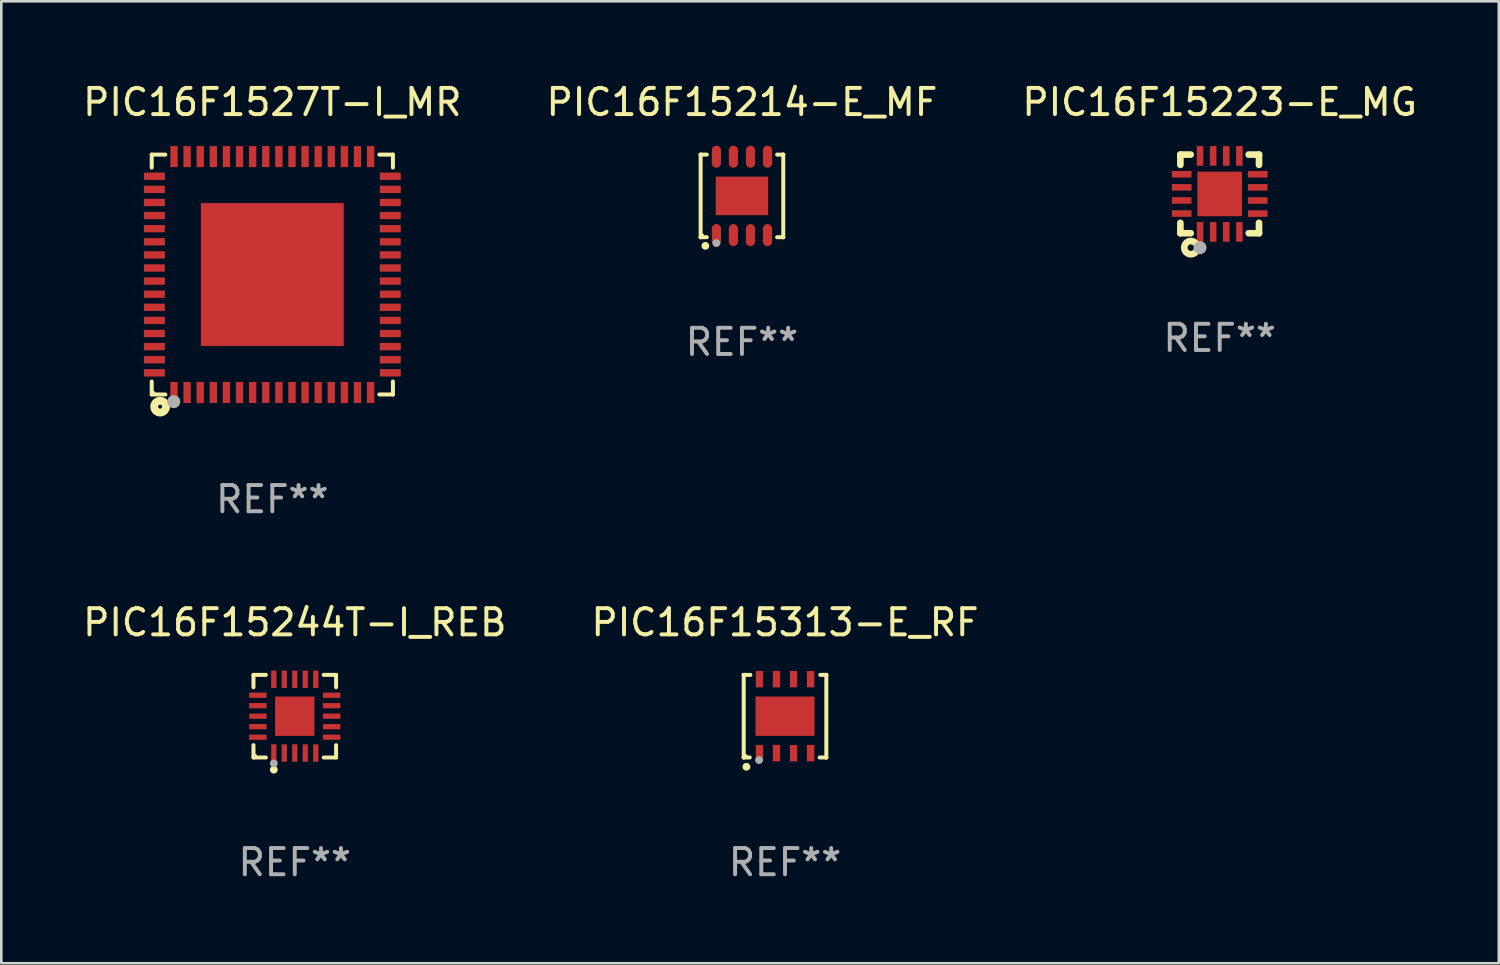
<source format=kicad_pcb>
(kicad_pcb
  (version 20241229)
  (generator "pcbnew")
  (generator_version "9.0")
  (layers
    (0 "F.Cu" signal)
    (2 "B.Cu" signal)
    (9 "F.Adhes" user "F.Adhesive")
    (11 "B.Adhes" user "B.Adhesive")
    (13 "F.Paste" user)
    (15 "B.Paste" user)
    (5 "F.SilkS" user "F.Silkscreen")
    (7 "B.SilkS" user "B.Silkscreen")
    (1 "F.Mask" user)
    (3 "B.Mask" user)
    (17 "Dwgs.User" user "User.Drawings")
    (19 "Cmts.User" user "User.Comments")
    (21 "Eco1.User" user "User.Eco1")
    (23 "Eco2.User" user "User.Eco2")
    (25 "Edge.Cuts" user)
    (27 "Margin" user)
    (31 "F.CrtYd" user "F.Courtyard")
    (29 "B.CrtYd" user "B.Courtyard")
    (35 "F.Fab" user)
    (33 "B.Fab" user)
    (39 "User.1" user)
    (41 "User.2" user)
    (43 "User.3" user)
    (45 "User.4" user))
  (footprint "PIC16F15223-E_MG"
    (layer "F.Cu")
    (at 43.482 4.348)
    (property "Reference" "PIC16F15223-E_MG" (at 0 -3.5 0) (layer "F.SilkS") (effects (font (size 1 1) (thickness 0.15))))
    (attr through_hole)
    (fp_line (start -1.5 -1.5) (end -1.5 -1.108) (stroke (width 0.254) (type solid)) (layer "F.SilkS"))
    (fp_line (start -1.5 -1.5) (end -1.105 -1.5) (stroke (width 0.254) (type solid)) (layer "F.SilkS"))
    (fp_line (start -1.5 1.104) (end -1.5 1.5) (stroke (width 0.254) (type solid)) (layer "F.SilkS"))
    (fp_line (start -1.5 1.5) (end -1.105 1.5) (stroke (width 0.254) (type solid)) (layer "F.SilkS"))
    (fp_line (start 1.106 -1.5) (end 1.5 -1.5) (stroke (width 0.254) (type solid)) (layer "F.SilkS"))
    (fp_line (start 1.108 1.5) (end 1.5 1.5) (stroke (width 0.254) (type solid)) (layer "F.SilkS"))
    (fp_line (start 1.5 -1.108) (end 1.5 -1.5) (stroke (width 0.254) (type solid)) (layer "F.SilkS"))
    (fp_line (start 1.5 1.5) (end 1.5 1.104) (stroke (width 0.254) (type solid)) (layer "F.SilkS"))
    (fp_circle (center -1.5 1.5) (end -1.47 1.5) (stroke (width 0.06) (type solid)) (fill no) (layer "F.SilkS"))
    (fp_circle (center -1.1 2.05) (end -0.975 2.05) (stroke (width 0.254) (type solid)) (fill no) (layer "F.SilkS"))
    (fp_circle (center -0.75 2.05) (end -0.625 2.05) (stroke (width 0.25) (type solid)) (fill no) (layer "F.Fab"))
    (fp_text user "REF**" (at 0 5.5 0) (layer "F.Fab") (effects (font (size 1 1) (thickness 0.15))))
    (pad "1" smd rect (at -0.749 1.45) (size 0.25 0.75) (layers "F.Cu" "F.Mask" "F.Paste"))
    (pad "2" smd rect (at -0.249 1.45) (size 0.25 0.75) (layers "F.Cu" "F.Mask" "F.Paste"))
    (pad "3" smd rect (at 0.251 1.45) (size 0.25 0.75) (layers "F.Cu" "F.Mask" "F.Paste"))
    (pad "4" smd rect (at 0.751 1.45) (size 0.25 0.75) (layers "F.Cu" "F.Mask" "F.Paste"))
    (pad "5" smd rect (at 1.45 0.75) (size 0.75 0.25) (layers "F.Cu" "F.Mask" "F.Paste"))
    (pad "6" smd rect (at 1.45 0.25) (size 0.75 0.25) (layers "F.Cu" "F.Mask" "F.Paste"))
    (pad "7" smd rect (at 1.45 -0.25) (size 0.75 0.25) (layers "F.Cu" "F.Mask" "F.Paste"))
    (pad "8" smd rect (at 1.45 -0.75) (size 0.75 0.25) (layers "F.Cu" "F.Mask" "F.Paste"))
    (pad "9" smd rect (at 0.75 -1.45) (size 0.25 0.75) (layers "F.Cu" "F.Mask" "F.Paste"))
    (pad "10" smd rect (at 0.25 -1.45) (size 0.25 0.75) (layers "F.Cu" "F.Mask" "F.Paste"))
    (pad "11" smd rect (at -0.25 -1.45) (size 0.25 0.75) (layers "F.Cu" "F.Mask" "F.Paste"))
    (pad "12" smd rect (at -0.749 -1.45) (size 0.25 0.75) (layers "F.Cu" "F.Mask" "F.Paste"))
    (pad "13" smd rect (at -1.45 -0.75) (size 0.75 0.25) (layers "F.Cu" "F.Mask" "F.Paste"))
    (pad "14" smd rect (at -1.45 -0.25) (size 0.75 0.25) (layers "F.Cu" "F.Mask" "F.Paste"))
    (pad "15" smd rect (at -1.45 0.25) (size 0.75 0.25) (layers "F.Cu" "F.Mask" "F.Paste"))
    (pad "16" smd rect (at -1.45 0.75) (size 0.75 0.25) (layers "F.Cu" "F.Mask" "F.Paste"))
    (pad "17" smd rect (at 0.000267 0.000267) (size 1.7 1.7) (layers "F.Cu" "F.Mask" "F.Paste")))
  (footprint "PIC16F15244T-I_REB"
    (layer "F.Cu")
    (at 8.196 24.273)
    (property "Reference" "PIC16F15244T-I_REB" (at 0 -3.576 0) (layer "F.SilkS") (effects (font (size 1 1) (thickness 0.15))))
    (attr through_hole)
    (fp_line (start -1.576 -1.576) (end -1.103 -1.576) (stroke (width 0.152) (type solid)) (layer "F.SilkS"))
    (fp_line (start -1.576 -1.103) (end -1.576 -1.576) (stroke (width 0.152) (type solid)) (layer "F.SilkS"))
    (fp_line (start -1.576 1.103) (end -1.576 1.576) (stroke (width 0.152) (type solid)) (layer "F.SilkS"))
    (fp_line (start -1.576 1.576) (end -1.103 1.576) (stroke (width 0.152) (type solid)) (layer "F.SilkS"))
    (fp_line (start 1.576 -1.576) (end 1.103 -1.576) (stroke (width 0.152) (type solid)) (layer "F.SilkS"))
    (fp_line (start 1.576 -1.103) (end 1.576 -1.576) (stroke (width 0.152) (type solid)) (layer "F.SilkS"))
    (fp_line (start 1.576 1.103) (end 1.576 1.576) (stroke (width 0.152) (type solid)) (layer "F.SilkS"))
    (fp_line (start 1.576 1.576) (end 1.103 1.576) (stroke (width 0.152) (type solid)) (layer "F.SilkS"))
    (fp_circle (center -1.5 1.5) (end -1.47 1.5) (stroke (width 0.06) (type solid)) (fill no) (layer "F.SilkS"))
    (fp_circle (center -0.8 2.04) (end -0.725 2.04) (stroke (width 0.15) (type solid)) (fill no) (layer "F.SilkS"))
    (fp_circle (center -0.8 1.8) (end -0.725 1.8) (stroke (width 0.15) (type solid)) (fill no) (layer "F.Fab"))
    (fp_text user "REF**" (at 0 5.576 0) (layer "F.Fab") (effects (font (size 1 1) (thickness 0.15))))
    (pad "1" smd rect (at -0.8 1.407) (size 0.2 0.665) (layers "F.Cu" "F.Mask" "F.Paste"))
    (pad "2" smd rect (at -0.4 1.407) (size 0.2 0.665) (layers "F.Cu" "F.Mask" "F.Paste"))
    (pad "3" smd rect (at 0 1.407) (size 0.2 0.665) (layers "F.Cu" "F.Mask" "F.Paste"))
    (pad "4" smd rect (at 0.4 1.407) (size 0.2 0.665) (layers "F.Cu" "F.Mask" "F.Paste"))
    (pad "5" smd rect (at 0.8 1.407) (size 0.2 0.665) (layers "F.Cu" "F.Mask" "F.Paste"))
    (pad "6" smd rect (at 1.407 0.8) (size 0.665 0.2) (layers "F.Cu" "F.Mask" "F.Paste"))
    (pad "7" smd rect (at 1.407 0.4) (size 0.665 0.2) (layers "F.Cu" "F.Mask" "F.Paste"))
    (pad "8" smd rect (at 1.407 0) (size 0.665 0.2) (layers "F.Cu" "F.Mask" "F.Paste"))
    (pad "9" smd rect (at 1.407 -0.4) (size 0.665 0.2) (layers "F.Cu" "F.Mask" "F.Paste"))
    (pad "10" smd rect (at 1.407 -0.8) (size 0.665 0.2) (layers "F.Cu" "F.Mask" "F.Paste"))
    (pad "11" smd rect (at 0.8 -1.407) (size 0.2 0.665) (layers "F.Cu" "F.Mask" "F.Paste"))
    (pad "12" smd rect (at 0.4 -1.407) (size 0.2 0.665) (layers "F.Cu" "F.Mask" "F.Paste"))
    (pad "13" smd rect (at 0 -1.407) (size 0.2 0.665) (layers "F.Cu" "F.Mask" "F.Paste"))
    (pad "14" smd rect (at -0.4 -1.407) (size 0.2 0.665) (layers "F.Cu" "F.Mask" "F.Paste"))
    (pad "15" smd rect (at -0.8 -1.407) (size 0.2 0.665) (layers "F.Cu" "F.Mask" "F.Paste"))
    (pad "16" smd rect (at -1.407 -0.8) (size 0.665 0.2) (layers "F.Cu" "F.Mask" "F.Paste"))
    (pad "17" smd rect (at -1.407 -0.4) (size 0.665 0.2) (layers "F.Cu" "F.Mask" "F.Paste"))
    (pad "18" smd rect (at -1.407 0) (size 0.665 0.2) (layers "F.Cu" "F.Mask" "F.Paste"))
    (pad "19" smd rect (at -1.407 0.4) (size 0.665 0.2) (layers "F.Cu" "F.Mask" "F.Paste"))
    (pad "20" smd rect (at -1.407 0.8) (size 0.665 0.2) (layers "F.Cu" "F.Mask" "F.Paste"))
    (pad "21" smd rect (at 0 0) (size 1.5 1.5) (layers "F.Cu" "F.Mask" "F.Paste")))
  (footprint "PIC16F1527T-I_MR"
    (layer "F.Cu")
    (at 7.339 7.424)
    (property "Reference" "PIC16F1527T-I_MR" (at 0 -6.576 0) (layer "F.SilkS") (effects (font (size 1 1) (thickness 0.15))))
    (attr through_hole)
    (fp_line (start -4.601 -4.576) (end -4.081 -4.576) (stroke (width 0.152) (type solid)) (layer "F.SilkS"))
    (fp_line (start -4.601 -4.081) (end -4.601 -4.576) (stroke (width 0.152) (type solid)) (layer "F.SilkS"))
    (fp_line (start -4.601 4.081) (end -4.601 4.576) (stroke (width 0.152) (type solid)) (layer "F.SilkS"))
    (fp_line (start -4.601 4.576) (end -4.081 4.576) (stroke (width 0.152) (type solid)) (layer "F.SilkS"))
    (fp_line (start 4.601 -4.576) (end 4.081 -4.576) (stroke (width 0.152) (type solid)) (layer "F.SilkS"))
    (fp_line (start 4.601 -4.081) (end 4.601 -4.576) (stroke (width 0.152) (type solid)) (layer "F.SilkS"))
    (fp_line (start 4.601 4.081) (end 4.601 4.576) (stroke (width 0.152) (type solid)) (layer "F.SilkS"))
    (fp_line (start 4.601 4.576) (end 4.081 4.576) (stroke (width 0.152) (type solid)) (layer "F.SilkS"))
    (fp_circle (center -4.525 4.5) (end -4.495 4.5) (stroke (width 0.06) (type solid)) (fill no) (layer "F.SilkS"))
    (fp_circle (center -4.28 5.04) (end -4.205 5.04) (stroke (width 0.3) (type solid)) (fill no) (layer "F.SilkS"))
    (fp_circle (center -3.76 4.85) (end -3.635 4.85) (stroke (width 0.25) (type solid)) (fill no) (layer "F.Fab"))
    (fp_text user "REF**" (at 0 8.576 0) (layer "F.Fab") (effects (font (size 1 1) (thickness 0.15))))
    (pad "1" smd rect (at -3.75 4.5) (size 0.28 0.8) (layers "F.Cu" "F.Mask" "F.Paste"))
    (pad "2" smd rect (at -3.25 4.5) (size 0.28 0.8) (layers "F.Cu" "F.Mask" "F.Paste"))
    (pad "3" smd rect (at -2.75 4.5) (size 0.28 0.8) (layers "F.Cu" "F.Mask" "F.Paste"))
    (pad "4" smd rect (at -2.25 4.5) (size 0.28 0.8) (layers "F.Cu" "F.Mask" "F.Paste"))
    (pad "5" smd rect (at -1.75 4.5) (size 0.28 0.8) (layers "F.Cu" "F.Mask" "F.Paste"))
    (pad "6" smd rect (at -1.25 4.5) (size 0.28 0.8) (layers "F.Cu" "F.Mask" "F.Paste"))
    (pad "7" smd rect (at -0.75 4.5) (size 0.28 0.8) (layers "F.Cu" "F.Mask" "F.Paste"))
    (pad "8" smd rect (at -0.25 4.5) (size 0.28 0.8) (layers "F.Cu" "F.Mask" "F.Paste"))
    (pad "9" smd rect (at 0.25 4.5) (size 0.28 0.8) (layers "F.Cu" "F.Mask" "F.Paste"))
    (pad "10" smd rect (at 0.75 4.5) (size 0.28 0.8) (layers "F.Cu" "F.Mask" "F.Paste"))
    (pad "11" smd rect (at 1.25 4.5) (size 0.28 0.8) (layers "F.Cu" "F.Mask" "F.Paste"))
    (pad "12" smd rect (at 1.75 4.5) (size 0.28 0.8) (layers "F.Cu" "F.Mask" "F.Paste"))
    (pad "13" smd rect (at 2.25 4.5) (size 0.28 0.8) (layers "F.Cu" "F.Mask" "F.Paste"))
    (pad "14" smd rect (at 2.75 4.5) (size 0.28 0.8) (layers "F.Cu" "F.Mask" "F.Paste"))
    (pad "15" smd rect (at 3.25 4.5) (size 0.28 0.8) (layers "F.Cu" "F.Mask" "F.Paste"))
    (pad "16" smd rect (at 3.75 4.5) (size 0.28 0.8) (layers "F.Cu" "F.Mask" "F.Paste"))
    (pad "17" smd rect (at 4.5 3.75) (size 0.8 0.28) (layers "F.Cu" "F.Mask" "F.Paste"))
    (pad "18" smd rect (at 4.5 3.25) (size 0.8 0.28) (layers "F.Cu" "F.Mask" "F.Paste"))
    (pad "19" smd rect (at 4.5 2.75) (size 0.8 0.28) (layers "F.Cu" "F.Mask" "F.Paste"))
    (pad "20" smd rect (at 4.5 2.25) (size 0.8 0.28) (layers "F.Cu" "F.Mask" "F.Paste"))
    (pad "21" smd rect (at 4.5 1.75) (size 0.8 0.28) (layers "F.Cu" "F.Mask" "F.Paste"))
    (pad "22" smd rect (at 4.5 1.25) (size 0.8 0.28) (layers "F.Cu" "F.Mask" "F.Paste"))
    (pad "23" smd rect (at 4.5 0.75) (size 0.8 0.28) (layers "F.Cu" "F.Mask" "F.Paste"))
    (pad "24" smd rect (at 4.5 0.25) (size 0.8 0.28) (layers "F.Cu" "F.Mask" "F.Paste"))
    (pad "25" smd rect (at 4.5 -0.25) (size 0.8 0.28) (layers "F.Cu" "F.Mask" "F.Paste"))
    (pad "26" smd rect (at 4.5 -0.75) (size 0.8 0.28) (layers "F.Cu" "F.Mask" "F.Paste"))
    (pad "27" smd rect (at 4.5 -1.25) (size 0.8 0.28) (layers "F.Cu" "F.Mask" "F.Paste"))
    (pad "28" smd rect (at 4.5 -1.75) (size 0.8 0.28) (layers "F.Cu" "F.Mask" "F.Paste"))
    (pad "29" smd rect (at 4.5 -2.25) (size 0.8 0.28) (layers "F.Cu" "F.Mask" "F.Paste"))
    (pad "30" smd rect (at 4.5 -2.75) (size 0.8 0.28) (layers "F.Cu" "F.Mask" "F.Paste"))
    (pad "31" smd rect (at 4.5 -3.25) (size 0.8 0.28) (layers "F.Cu" "F.Mask" "F.Paste"))
    (pad "32" smd rect (at 4.5 -3.75) (size 0.8 0.28) (layers "F.Cu" "F.Mask" "F.Paste"))
    (pad "33" smd rect (at 3.75 -4.5) (size 0.28 0.8) (layers "F.Cu" "F.Mask" "F.Paste"))
    (pad "34" smd rect (at 3.25 -4.5) (size 0.28 0.8) (layers "F.Cu" "F.Mask" "F.Paste"))
    (pad "35" smd rect (at 2.75 -4.5) (size 0.28 0.8) (layers "F.Cu" "F.Mask" "F.Paste"))
    (pad "36" smd rect (at 2.25 -4.5) (size 0.28 0.8) (layers "F.Cu" "F.Mask" "F.Paste"))
    (pad "37" smd rect (at 1.75 -4.5) (size 0.28 0.8) (layers "F.Cu" "F.Mask" "F.Paste"))
    (pad "38" smd rect (at 1.25 -4.5) (size 0.28 0.8) (layers "F.Cu" "F.Mask" "F.Paste"))
    (pad "39" smd rect (at 0.75 -4.5) (size 0.28 0.8) (layers "F.Cu" "F.Mask" "F.Paste"))
    (pad "40" smd rect (at 0.25 -4.5) (size 0.28 0.8) (layers "F.Cu" "F.Mask" "F.Paste"))
    (pad "41" smd rect (at -0.25 -4.5) (size 0.28 0.8) (layers "F.Cu" "F.Mask" "F.Paste"))
    (pad "42" smd rect (at -0.75 -4.5) (size 0.28 0.8) (layers "F.Cu" "F.Mask" "F.Paste"))
    (pad "43" smd rect (at -1.25 -4.5) (size 0.28 0.8) (layers "F.Cu" "F.Mask" "F.Paste"))
    (pad "44" smd rect (at -1.75 -4.5) (size 0.28 0.8) (layers "F.Cu" "F.Mask" "F.Paste"))
    (pad "45" smd rect (at -2.25 -4.5) (size 0.28 0.8) (layers "F.Cu" "F.Mask" "F.Paste"))
    (pad "46" smd rect (at -2.75 -4.5) (size 0.28 0.8) (layers "F.Cu" "F.Mask" "F.Paste"))
    (pad "47" smd rect (at -3.25 -4.5) (size 0.28 0.8) (layers "F.Cu" "F.Mask" "F.Paste"))
    (pad "48" smd rect (at -3.75 -4.5) (size 0.28 0.8) (layers "F.Cu" "F.Mask" "F.Paste"))
    (pad "49" smd rect (at -4.5 -3.75) (size 0.8 0.28) (layers "F.Cu" "F.Mask" "F.Paste"))
    (pad "50" smd rect (at -4.5 -3.25) (size 0.8 0.28) (layers "F.Cu" "F.Mask" "F.Paste"))
    (pad "51" smd rect (at -4.5 -2.75) (size 0.8 0.28) (layers "F.Cu" "F.Mask" "F.Paste"))
    (pad "52" smd rect (at -4.5 -2.25) (size 0.8 0.28) (layers "F.Cu" "F.Mask" "F.Paste"))
    (pad "53" smd rect (at -4.5 -1.75) (size 0.8 0.28) (layers "F.Cu" "F.Mask" "F.Paste"))
    (pad "54" smd rect (at -4.5 -1.25) (size 0.8 0.28) (layers "F.Cu" "F.Mask" "F.Paste"))
    (pad "55" smd rect (at -4.5 -0.75) (size 0.8 0.28) (layers "F.Cu" "F.Mask" "F.Paste"))
    (pad "56" smd rect (at -4.5 -0.25) (size 0.8 0.28) (layers "F.Cu" "F.Mask" "F.Paste"))
    (pad "57" smd rect (at -4.5 0.25) (size 0.8 0.28) (layers "F.Cu" "F.Mask" "F.Paste"))
    (pad "58" smd rect (at -4.5 0.75) (size 0.8 0.28) (layers "F.Cu" "F.Mask" "F.Paste"))
    (pad "59" smd rect (at -4.5 1.25) (size 0.8 0.28) (layers "F.Cu" "F.Mask" "F.Paste"))
    (pad "60" smd rect (at -4.5 1.75) (size 0.8 0.28) (layers "F.Cu" "F.Mask" "F.Paste"))
    (pad "61" smd rect (at -4.5 2.25) (size 0.8 0.28) (layers "F.Cu" "F.Mask" "F.Paste"))
    (pad "62" smd rect (at -4.5 2.75) (size 0.8 0.28) (layers "F.Cu" "F.Mask" "F.Paste"))
    (pad "63" smd rect (at -4.5 3.25) (size 0.8 0.28) (layers "F.Cu" "F.Mask" "F.Paste"))
    (pad "64" smd rect (at -4.5 3.75) (size 0.8 0.28) (layers "F.Cu" "F.Mask" "F.Paste"))
    (pad "65" smd rect (at 0 0) (size 5.45 5.45) (layers "F.Cu" "F.Mask" "F.Paste")))
  (footprint "PIC16F15313-E_RF"
    (layer "F.Cu")
    (at 26.899 24.273)
    (property "Reference" "PIC16F15313-E_RF" (at 0 -3.576 0) (layer "F.SilkS") (effects (font (size 1 1) (thickness 0.15))))
    (attr through_hole)
    (fp_line (start -1.576 -1.576) (end -1.576 -1.576) (stroke (width 0.152) (type solid)) (layer "F.SilkS"))
    (fp_line (start -1.576 -1.576) (end -1.576 1.576) (stroke (width 0.152) (type solid)) (layer "F.SilkS"))
    (fp_line (start -1.576 1.576) (end -1.576 1.576) (stroke (width 0.152) (type solid)) (layer "F.SilkS"))
    (fp_line (start -1.576 1.576) (end -1.346 1.575) (stroke (width 0.152) (type solid)) (layer "F.SilkS"))
    (fp_line (start -1.321 -1.575) (end -1.576 -1.576) (stroke (width 0.152) (type solid)) (layer "F.SilkS"))
    (fp_line (start 1.321 1.575) (end 1.576 1.576) (stroke (width 0.152) (type solid)) (layer "F.SilkS"))
    (fp_line (start 1.576 -1.576) (end 1.346 -1.575) (stroke (width 0.152) (type solid)) (layer "F.SilkS"))
    (fp_line (start 1.576 -1.576) (end 1.576 -1.576) (stroke (width 0.152) (type solid)) (layer "F.SilkS"))
    (fp_line (start 1.576 1.576) (end 1.576 -1.576) (stroke (width 0.152) (type solid)) (layer "F.SilkS"))
    (fp_line (start 1.576 1.576) (end 1.576 1.576) (stroke (width 0.152) (type solid)) (layer "F.SilkS"))
    (fp_circle (center -1.5 1.5) (end -1.47 1.5) (stroke (width 0.06) (type solid)) (fill no) (layer "F.SilkS"))
    (fp_circle (center -1.473 1.93) (end -1.398 1.93) (stroke (width 0.15) (type solid)) (fill no) (layer "F.SilkS"))
    (fp_circle (center -0.991 1.676) (end -0.916 1.676) (stroke (width 0.15) (type solid)) (fill no) (layer "F.Fab"))
    (fp_text user "REF**" (at 0 5.576 0) (layer "F.Fab") (effects (font (size 1 1) (thickness 0.15))))
    (pad "1" smd rect (at -0.975 1.412) (size 0.28 0.625) (layers "F.Cu" "F.Mask" "F.Paste"))
    (pad "2" smd rect (at -0.325 1.412) (size 0.28 0.625) (layers "F.Cu" "F.Mask" "F.Paste"))
    (pad "3" smd rect (at 0.325 1.412) (size 0.28 0.625) (layers "F.Cu" "F.Mask" "F.Paste"))
    (pad "4" smd rect (at 0.975 1.412) (size 0.28 0.625) (layers "F.Cu" "F.Mask" "F.Paste"))
    (pad "5" smd rect (at 0.975 -1.412) (size 0.28 0.625) (layers "F.Cu" "F.Mask" "F.Paste"))
    (pad "6" smd rect (at 0.325 -1.412) (size 0.28 0.625) (layers "F.Cu" "F.Mask" "F.Paste"))
    (pad "7" smd rect (at -0.325 -1.412) (size 0.28 0.625) (layers "F.Cu" "F.Mask" "F.Paste"))
    (pad "8" smd rect (at -0.975 -1.412) (size 0.28 0.625) (layers "F.Cu" "F.Mask" "F.Paste"))
    (pad "9" smd rect (at 0 0) (size 2.25 1.5) (layers "F.Cu" "F.Mask" "F.Paste")))
  (footprint "PIC16F15214-E_MF"
    (layer "F.Cu")
    (at 25.256 4.424)
    (property "Reference" "PIC16F15214-E_MF" (at 0 -3.576 0) (layer "F.SilkS") (effects (font (size 1 1) (thickness 0.15))))
    (attr through_hole)
    (fp_line (start -1.576 -1.576) (end -1.576 -1.576) (stroke (width 0.152) (type solid)) (layer "F.SilkS"))
    (fp_line (start -1.576 -1.576) (end -1.341 -1.576) (stroke (width 0.152) (type solid)) (layer "F.SilkS"))
    (fp_line (start -1.576 1.576) (end -1.576 -1.576) (stroke (width 0.152) (type solid)) (layer "F.SilkS"))
    (fp_line (start -1.576 1.576) (end -1.576 1.576) (stroke (width 0.152) (type solid)) (layer "F.SilkS"))
    (fp_line (start -1.341 1.576) (end -1.576 1.576) (stroke (width 0.152) (type solid)) (layer "F.SilkS"))
    (fp_line (start 1.341 1.576) (end 1.576 1.576) (stroke (width 0.152) (type solid)) (layer "F.SilkS"))
    (fp_line (start 1.576 -1.576) (end 1.341 -1.576) (stroke (width 0.152) (type solid)) (layer "F.SilkS"))
    (fp_line (start 1.576 -1.576) (end 1.576 -1.576) (stroke (width 0.152) (type solid)) (layer "F.SilkS"))
    (fp_line (start 1.576 1.576) (end 1.576 -1.576) (stroke (width 0.152) (type solid)) (layer "F.SilkS"))
    (fp_line (start 1.576 1.576) (end 1.576 1.576) (stroke (width 0.152) (type solid)) (layer "F.SilkS"))
    (fp_circle (center -1.5 1.5) (end -1.47 1.5) (stroke (width 0.06) (type solid)) (fill no) (layer "F.SilkS"))
    (fp_circle (center -1.397 1.905) (end -1.322 1.905) (stroke (width 0.15) (type solid)) (fill no) (layer "F.SilkS"))
    (fp_circle (center -0.975 1.8) (end -0.9 1.8) (stroke (width 0.15) (type solid)) (fill no) (layer "F.Fab"))
    (fp_text user "REF**" (at 0 5.576 0) (layer "F.Fab") (effects (font (size 1 1) (thickness 0.15))))
    (pad "1" smd oval (at -0.975 1.495) (size 0.35 0.84) (layers "F.Cu" "F.Mask" "F.Paste"))
    (pad "2" smd oval (at -0.325 1.495) (size 0.35 0.84) (layers "F.Cu" "F.Mask" "F.Paste"))
    (pad "3" smd oval (at 0.325 1.495) (size 0.35 0.84) (layers "F.Cu" "F.Mask" "F.Paste"))
    (pad "4" smd oval (at 0.975 1.495) (size 0.35 0.84) (layers "F.Cu" "F.Mask" "F.Paste"))
    (pad "5" smd oval (at 0.975 -1.495) (size 0.35 0.84) (layers "F.Cu" "F.Mask" "F.Paste"))
    (pad "6" smd oval (at 0.325 -1.495) (size 0.35 0.84) (layers "F.Cu" "F.Mask" "F.Paste"))
    (pad "7" smd oval (at -0.325 -1.495) (size 0.35 0.84) (layers "F.Cu" "F.Mask" "F.Paste"))
    (pad "8" smd oval (at -0.975 -1.495) (size 0.35 0.84) (layers "F.Cu" "F.Mask" "F.Paste"))
    (pad "9" smd rect (at 0 0) (size 2 1.47) (layers "F.Cu" "F.Mask" "F.Paste")))
  (gr_rect
    (start -3 -3)
    (end 54.131 33.698)
    (stroke (width 0.1) (type default))
    (fill no)
    (layer "Edge.Cuts")))
</source>
